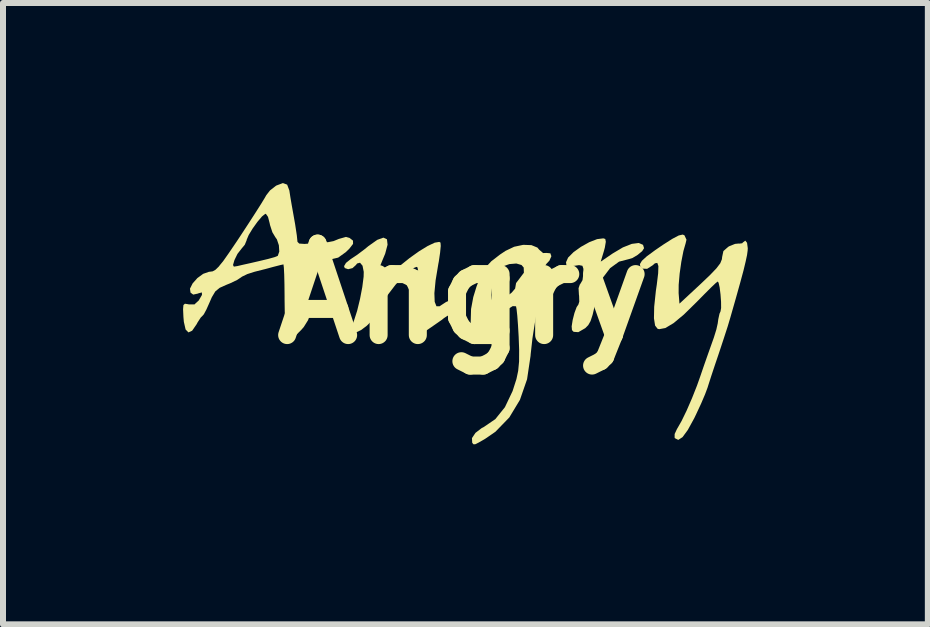
<source format=kicad_pcb>
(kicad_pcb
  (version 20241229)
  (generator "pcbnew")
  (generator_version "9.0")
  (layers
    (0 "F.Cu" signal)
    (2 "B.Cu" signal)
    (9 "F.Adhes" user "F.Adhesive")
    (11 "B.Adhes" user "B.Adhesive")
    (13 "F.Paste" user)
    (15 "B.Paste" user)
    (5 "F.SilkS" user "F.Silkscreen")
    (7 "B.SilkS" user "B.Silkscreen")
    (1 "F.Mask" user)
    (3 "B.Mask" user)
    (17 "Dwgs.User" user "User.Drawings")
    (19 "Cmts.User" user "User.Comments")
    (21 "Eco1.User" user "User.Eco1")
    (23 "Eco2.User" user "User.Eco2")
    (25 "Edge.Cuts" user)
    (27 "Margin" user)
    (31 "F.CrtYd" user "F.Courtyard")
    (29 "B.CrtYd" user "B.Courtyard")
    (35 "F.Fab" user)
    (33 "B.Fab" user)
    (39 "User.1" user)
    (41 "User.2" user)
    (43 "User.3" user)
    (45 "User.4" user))
  (footprint "Angry"
    (layer "F.Cu")
    (at 4.673 1.843)
    (property "Reference" "Angry" (at 0 0 0) (layer "F.SilkS") (effects (font (size 1.524 1.524) (thickness 0.3))))
    (attr board_only exclude_from_pos_files exclude_from_bom)
    (fp_poly (pts (xy 2.361 -0.912) (xy 2.37 -0.865) (xy 2.354 -0.769) (xy 2.339 -0.713) (xy 2.285 -0.534) (xy 2.484 -0.67) (xy 2.654 -0.771) (xy 2.803 -0.83) (xy 2.919 -0.845) (xy 2.99 -0.814) (xy 3.007 -0.758) (xy 2.976 -0.709) (xy 2.901 -0.647) (xy 2.815 -0.595) (xy 2.753 -0.576) (xy 2.591 -0.534) (xy 2.442 -0.426) (xy 2.321 -0.267) (xy 2.241 -0.071) (xy 2.23 -0.02) (xy 2.186 0.199) (xy 2.15 0.352) (xy 2.116 0.456) (xy 2.078 0.523) (xy 2.032 0.57) (xy 2.026 0.575) (xy 1.912 0.641) (xy 1.833 0.635) (xy 1.806 0.606) (xy 1.801 0.544) (xy 1.818 0.437) (xy 1.848 0.32) (xy 1.884 0.223) (xy 1.913 0.181) (xy 1.928 0.132) (xy 1.925 0.036) (xy 1.922 0.016) (xy 1.916 -0.091) (xy 1.937 -0.154) (xy 1.941 -0.156) (xy 1.982 -0.226) (xy 1.998 -0.356) (xy 1.996 -0.418) (xy 1.98 -0.465) (xy 1.924 -0.476) (xy 1.849 -0.465) (xy 1.754 -0.453) (xy 1.714 -0.472) (xy 1.707 -0.524) (xy 1.742 -0.602) (xy 1.832 -0.692) (xy 1.956 -0.781) (xy 2.094 -0.858) (xy 2.225 -0.909) (xy 2.328 -0.922)) (stroke (width 0) (type solid)) (fill yes) (layer "F.SilkS"))
    (fp_poly (pts (xy 1.131 -0.809) (xy 1.231 -0.768) (xy 1.258 -0.735) (xy 1.325 -0.677) (xy 1.381 -0.679) (xy 1.446 -0.673) (xy 1.463 -0.624) (xy 1.43 -0.55) (xy 1.382 -0.499) (xy 1.321 -0.41) (xy 1.301 -0.272) (xy 1.3 -0.253) (xy 1.291 -0.091) (xy 1.268 0.074) (xy 1.264 0.094) (xy 1.198 0.426) (xy 1.148 0.741) (xy 1.118 1.01) (xy 1.116 1.037) (xy 1.058 1.426) (xy 0.939 1.769) (xy 0.762 2.062) (xy 0.531 2.3) (xy 0.361 2.417) (xy 0.252 2.48) (xy 0.193 2.509) (xy 0.164 2.508) (xy 0.146 2.486) (xy 0.144 2.482) (xy 0.14 2.406) (xy 0.198 2.319) (xy 0.302 2.239) (xy 0.334 2.223) (xy 0.529 2.09) (xy 0.689 1.891) (xy 0.817 1.622) (xy 0.881 1.422) (xy 0.91 1.286) (xy 0.925 1.129) (xy 0.926 0.929) (xy 0.918 0.715) (xy 0.907 0.525) (xy 0.895 0.366) (xy 0.883 0.256) (xy 0.874 0.21) (xy 0.819 0.207) (xy 0.735 0.258) (xy 0.637 0.349) (xy 0.542 0.467) (xy 0.523 0.496) (xy 0.432 0.615) (xy 0.332 0.713) (xy 0.24 0.777) (xy 0.17 0.795) (xy 0.147 0.78) (xy 0.136 0.725) (xy 0.126 0.613) (xy 0.119 0.468) (xy 0.119 0.465) (xy 0.125 0.255) (xy 0.162 0.057) (xy 0.173 0.021) (xy 0.461 0.021) (xy 0.467 0.078) (xy 0.492 0.194) (xy 0.688 0.067) (xy 0.801 -0.017) (xy 0.859 -0.085) (xy 0.864 -0.113) (xy 0.875 -0.177) (xy 0.929 -0.248) (xy 1.005 -0.349) (xy 1.002 -0.436) (xy 0.965 -0.478) (xy 0.88 -0.503) (xy 0.763 -0.493) (xy 0.653 -0.454) (xy 0.6 -0.412) (xy 0.529 -0.287) (xy 0.478 -0.13) (xy 0.461 0.021) (xy 0.173 0.021) (xy 0.217 -0.122) (xy 0.286 -0.299) (xy 0.361 -0.431) (xy 0.462 -0.54) (xy 0.607 -0.652) (xy 0.7 -0.714) (xy 0.843 -0.782) (xy 0.994 -0.814)) (stroke (width 0) (type solid)) (fill yes) (layer "F.SilkS"))
    (fp_poly (pts (xy -1.276 -0.906) (xy -1.266 -0.816) (xy -1.306 -0.666) (xy -1.357 -0.544) (xy -1.419 -0.389) (xy -1.467 -0.227) (xy -1.481 -0.158) (xy -1.494 -0.065) (xy -1.493 -0.022) (xy -1.468 -0.032) (xy -1.408 -0.099) (xy -1.321 -0.206) (xy -1.201 -0.336) (xy -1.055 -0.469) (xy -0.898 -0.595) (xy -0.741 -0.707) (xy -0.597 -0.795) (xy -0.481 -0.85) (xy -0.404 -0.863) (xy -0.384 -0.851) (xy -0.38 -0.795) (xy -0.391 -0.682) (xy -0.413 -0.533) (xy -0.42 -0.498) (xy -0.466 -0.221) (xy -0.486 -0.009) (xy -0.481 0.135) (xy -0.452 0.209) (xy -0.398 0.209) (xy -0.372 0.191) (xy -0.292 0.139) (xy -0.184 0.091) (xy -0.077 0.056) (xy 0.002 0.043) (xy 0.023 0.05) (xy 0.023 0.101) (xy -0.023 0.179) (xy -0.099 0.261) (xy -0.188 0.326) (xy -0.193 0.328) (xy -0.278 0.375) (xy -0.325 0.406) (xy -0.367 0.439) (xy -0.456 0.501) (xy -0.538 0.558) (xy -0.731 0.689) (xy -0.798 0.587) (xy -0.835 0.492) (xy -0.845 0.354) (xy -0.827 0.161) (xy -0.789 -0.061) (xy -0.762 -0.234) (xy -0.754 -0.364) (xy -0.767 -0.437) (xy -0.782 -0.447) (xy -0.871 -0.412) (xy -0.991 -0.309) (xy -1.137 -0.145) (xy -1.271 0.031) (xy -1.37 0.173) (xy -1.449 0.292) (xy -1.495 0.371) (xy -1.504 0.393) (xy -1.535 0.457) (xy -1.613 0.535) (xy -1.708 0.606) (xy -1.795 0.647) (xy -1.817 0.65) (xy -1.902 0.65) (xy -1.826 0.45) (xy -1.773 0.285) (xy -1.725 0.088) (xy -1.687 -0.111) (xy -1.665 -0.283) (xy -1.663 -0.364) (xy -1.683 -0.466) (xy -1.725 -0.516) (xy -1.774 -0.503) (xy -1.793 -0.478) (xy -1.85 -0.426) (xy -1.923 -0.408) (xy -1.979 -0.427) (xy -1.991 -0.459) (xy -1.959 -0.513) (xy -1.882 -0.575) (xy -1.873 -0.581) (xy -1.772 -0.648) (xy -1.647 -0.742) (xy -1.585 -0.793) (xy -1.438 -0.897) (xy -1.335 -0.934)) (stroke (width 0) (type solid)) (fill yes) (layer "F.SilkS"))
    (fp_poly (pts (xy 3.68 -0.973) (xy 3.714 -0.9) (xy 3.7 -0.84) (xy 3.663 -0.711) (xy 3.628 -0.532) (xy 3.6 -0.334) (xy 3.584 -0.149) (xy 3.583 -0.009) (xy 3.583 -0.009) (xy 3.597 0.166) (xy 3.952 -0.164) (xy 4.11 -0.315) (xy 4.215 -0.425) (xy 4.277 -0.507) (xy 4.304 -0.574) (xy 4.308 -0.612) (xy 4.329 -0.71) (xy 4.408 -0.78) (xy 4.431 -0.793) (xy 4.524 -0.83) (xy 4.587 -0.836) (xy 4.591 -0.834) (xy 4.642 -0.84) (xy 4.653 -0.853) (xy 4.694 -0.884) (xy 4.723 -0.848) (xy 4.735 -0.758) (xy 4.733 -0.719) (xy 4.723 -0.645) (xy 4.7 -0.537) (xy 4.664 -0.387) (xy 4.61 -0.187) (xy 4.537 0.074) (xy 4.443 0.403) (xy 4.442 0.406) (xy 4.4 0.547) (xy 4.34 0.732) (xy 4.274 0.932) (xy 4.246 1.016) (xy 4.183 1.202) (xy 4.125 1.377) (xy 4.08 1.517) (xy 4.065 1.565) (xy 4.024 1.675) (xy 3.958 1.83) (xy 3.877 2.004) (xy 3.844 2.073) (xy 3.736 2.27) (xy 3.648 2.39) (xy 3.577 2.436) (xy 3.522 2.408) (xy 3.516 2.398) (xy 3.517 2.337) (xy 3.558 2.249) (xy 3.562 2.244) (xy 3.632 2.121) (xy 3.717 1.946) (xy 3.806 1.741) (xy 3.889 1.531) (xy 3.942 1.382) (xy 4 1.212) (xy 4.067 1.021) (xy 4.105 0.914) (xy 4.17 0.731) (xy 4.211 0.599) (xy 4.234 0.497) (xy 4.244 0.425) (xy 4.264 0.333) (xy 4.281 0.295) (xy 4.291 0.238) (xy 4.29 0.135) (xy 4.281 0.013) (xy 4.267 -0.102) (xy 4.249 -0.182) (xy 4.235 -0.203) (xy 4.2 -0.176) (xy 4.121 -0.101) (xy 4.01 0.01) (xy 3.885 0.137) (xy 3.671 0.347) (xy 3.498 0.491) (xy 3.362 0.572) (xy 3.26 0.591) (xy 3.233 0.585) (xy 3.191 0.531) (xy 3.172 0.41) (xy 3.176 0.218) (xy 3.204 -0.048) (xy 3.219 -0.149) (xy 3.242 -0.341) (xy 3.246 -0.46) (xy 3.228 -0.513) (xy 3.188 -0.506) (xy 3.149 -0.472) (xy 3.058 -0.414) (xy 2.977 -0.418) (xy 2.945 -0.449) (xy 2.938 -0.493) (xy 2.971 -0.548) (xy 3.054 -0.624) (xy 3.193 -0.726) (xy 3.323 -0.815) (xy 3.48 -0.915) (xy 3.585 -0.97) (xy 3.651 -0.985)) (stroke (width 0) (type solid)) (fill yes) (layer "F.SilkS"))
    (fp_poly (pts (xy -2.939 -1.817) (xy -2.902 -1.718) (xy -2.899 -1.697) (xy -2.885 -1.606) (xy -2.862 -1.471) (xy -2.846 -1.382) (xy -2.806 -1.157) (xy -2.778 -0.972) (xy -2.767 -0.864) (xy -2.738 -0.835) (xy -2.648 -0.829) (xy -2.55 -0.837) (xy -2.413 -0.85) (xy -2.299 -0.857) (xy -2.26 -0.858) (xy -2.167 -0.876) (xy -2.076 -0.913) (xy -1.959 -0.946) (xy -1.899 -0.929) (xy -1.842 -0.884) (xy -1.841 -0.83) (xy -1.9 -0.753) (xy -1.961 -0.693) (xy -2.089 -0.601) (xy -2.221 -0.57) (xy -2.239 -0.569) (xy -2.384 -0.555) (xy -2.519 -0.522) (xy -2.652 -0.476) (xy -2.63 -0.148) (xy -2.615 0.006) (xy -2.594 0.126) (xy -2.571 0.189) (xy -2.565 0.195) (xy -2.536 0.241) (xy -2.548 0.331) (xy -2.592 0.443) (xy -2.662 0.555) (xy -2.702 0.601) (xy -2.782 0.681) (xy -2.829 0.708) (xy -2.869 0.689) (xy -2.905 0.651) (xy -2.936 0.606) (xy -2.958 0.543) (xy -2.971 0.447) (xy -2.979 0.303) (xy -2.982 0.095) (xy -2.982 0.04) (xy -2.984 -0.156) (xy -2.988 -0.319) (xy -2.994 -0.435) (xy -3 -0.486) (xy -3.001 -0.488) (xy -3.048 -0.478) (xy -3.141 -0.454) (xy -3.165 -0.448) (xy -3.305 -0.41) (xy -3.46 -0.371) (xy -3.483 -0.365) (xy -3.602 -0.327) (xy -3.691 -0.284) (xy -3.707 -0.272) (xy -3.774 -0.228) (xy -3.887 -0.174) (xy -3.949 -0.149) (xy -4.063 -0.098) (xy -4.136 -0.038) (xy -4.194 0.059) (xy -4.231 0.144) (xy -4.284 0.263) (xy -4.327 0.343) (xy -4.347 0.366) (xy -4.379 0.398) (xy -4.431 0.478) (xy -4.448 0.51) (xy -4.522 0.617) (xy -4.584 0.645) (xy -4.631 0.596) (xy -4.66 0.469) (xy -4.667 0.39) (xy -4.673 0.258) (xy -4.667 0.189) (xy -4.642 0.167) (xy -4.591 0.175) (xy -4.578 0.178) (xy -4.484 0.179) (xy -4.412 0.113) (xy -4.358 0.02) (xy -4.36 -0.021) (xy -4.418 -0.006) (xy -4.425 -0.002) (xy -4.504 0.015) (xy -4.549 -0.018) (xy -4.558 -0.084) (xy -4.514 -0.171) (xy -4.435 -0.26) (xy -4.338 -0.331) (xy -4.241 -0.365) (xy -4.227 -0.366) (xy -4.181 -0.372) (xy -4.135 -0.397) (xy -4.079 -0.451) (xy -4.058 -0.478) (xy -3.841 -0.478) (xy -3.827 -0.451) (xy -3.769 -0.46) (xy -3.684 -0.48) (xy -3.549 -0.51) (xy -3.398 -0.545) (xy -3.256 -0.579) (xy -3.148 -0.609) (xy -3.096 -0.63) (xy -3.095 -0.631) (xy -3.07 -0.702) (xy -3.077 -0.807) (xy -3.11 -0.905) (xy -3.135 -0.94) (xy -3.185 -1.023) (xy -3.224 -1.143) (xy -3.231 -1.176) (xy -3.258 -1.28) (xy -3.293 -1.329) (xy -3.305 -1.33) (xy -3.359 -1.286) (xy -3.435 -1.196) (xy -3.515 -1.084) (xy -3.58 -0.977) (xy -3.613 -0.899) (xy -3.614 -0.89) (xy -3.645 -0.815) (xy -3.696 -0.754) (xy -3.767 -0.663) (xy -3.817 -0.56) (xy -3.841 -0.478) (xy -4.058 -0.478) (xy -4.006 -0.541) (xy -3.909 -0.679) (xy -3.778 -0.872) (xy -3.719 -0.961) (xy -3.588 -1.161) (xy -3.471 -1.342) (xy -3.375 -1.493) (xy -3.311 -1.598) (xy -3.286 -1.642) (xy -3.224 -1.721) (xy -3.128 -1.796) (xy -3.121 -1.801) (xy -3.01 -1.843)) (stroke (width 0) (type solid)) (fill yes) (layer "F.SilkS")))
  (gr_rect
    (start -3 -3)
    (end 12.408 7.352)
    (stroke (width 0.1) (type default))
    (fill no)
    (layer "Edge.Cuts")))
</source>
